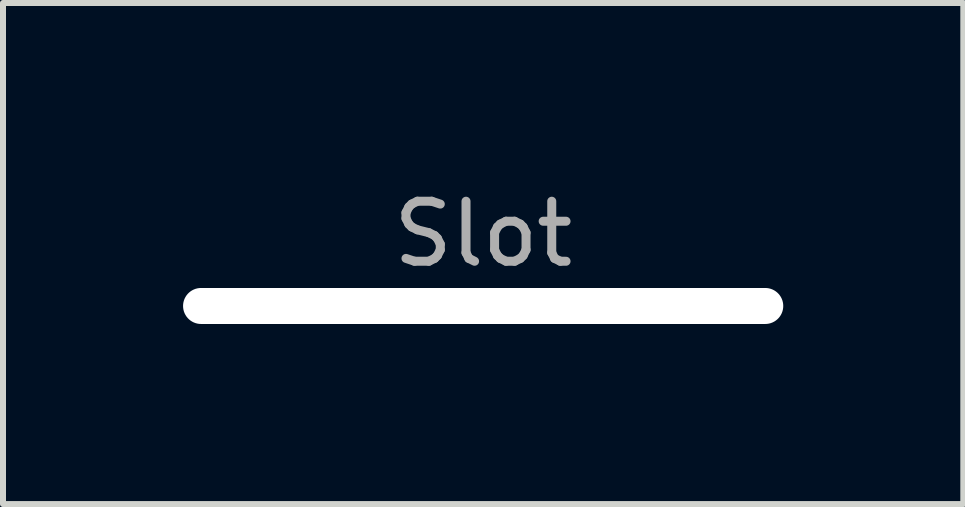
<source format=kicad_pcb>
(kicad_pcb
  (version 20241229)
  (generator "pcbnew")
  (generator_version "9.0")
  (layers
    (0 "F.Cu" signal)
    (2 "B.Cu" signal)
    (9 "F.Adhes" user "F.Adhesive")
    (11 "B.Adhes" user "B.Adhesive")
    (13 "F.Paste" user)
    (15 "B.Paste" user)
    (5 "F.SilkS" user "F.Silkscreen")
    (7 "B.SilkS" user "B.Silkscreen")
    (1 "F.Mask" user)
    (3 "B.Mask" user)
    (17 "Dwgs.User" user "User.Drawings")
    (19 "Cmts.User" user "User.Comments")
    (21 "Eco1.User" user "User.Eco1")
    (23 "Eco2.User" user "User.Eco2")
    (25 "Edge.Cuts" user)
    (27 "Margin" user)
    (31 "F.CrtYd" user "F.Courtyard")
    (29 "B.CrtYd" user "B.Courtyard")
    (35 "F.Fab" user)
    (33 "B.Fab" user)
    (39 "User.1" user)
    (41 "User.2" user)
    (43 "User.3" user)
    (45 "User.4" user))
  (footprint "Slot"
    (layer "F.Cu")
    (at 5 1.148)
    (property "Reference" "Slot" (at 0 -0.3 0) (unlocked yes) (layer "F.SilkS") (effects (font (size 1 1) (thickness 0.1))))
    (attr through_hole)
    (fp_text user "${REFERENCE}" (at 0 -0.3 0) (unlocked yes) (layer "F.Fab") (effects (font (size 1 1) (thickness 0.15))))
    (pad "" np_thru_hole oval (at 0 0.9 90) (size 0.6 10) (drill oval 0.6 10) (layers "*.Cu" "*.Mask")))
  (gr_rect
    (start -3 -3)
    (end 13 5.348)
    (stroke (width 0.1) (type default))
    (fill no)
    (layer "Edge.Cuts")))
</source>
